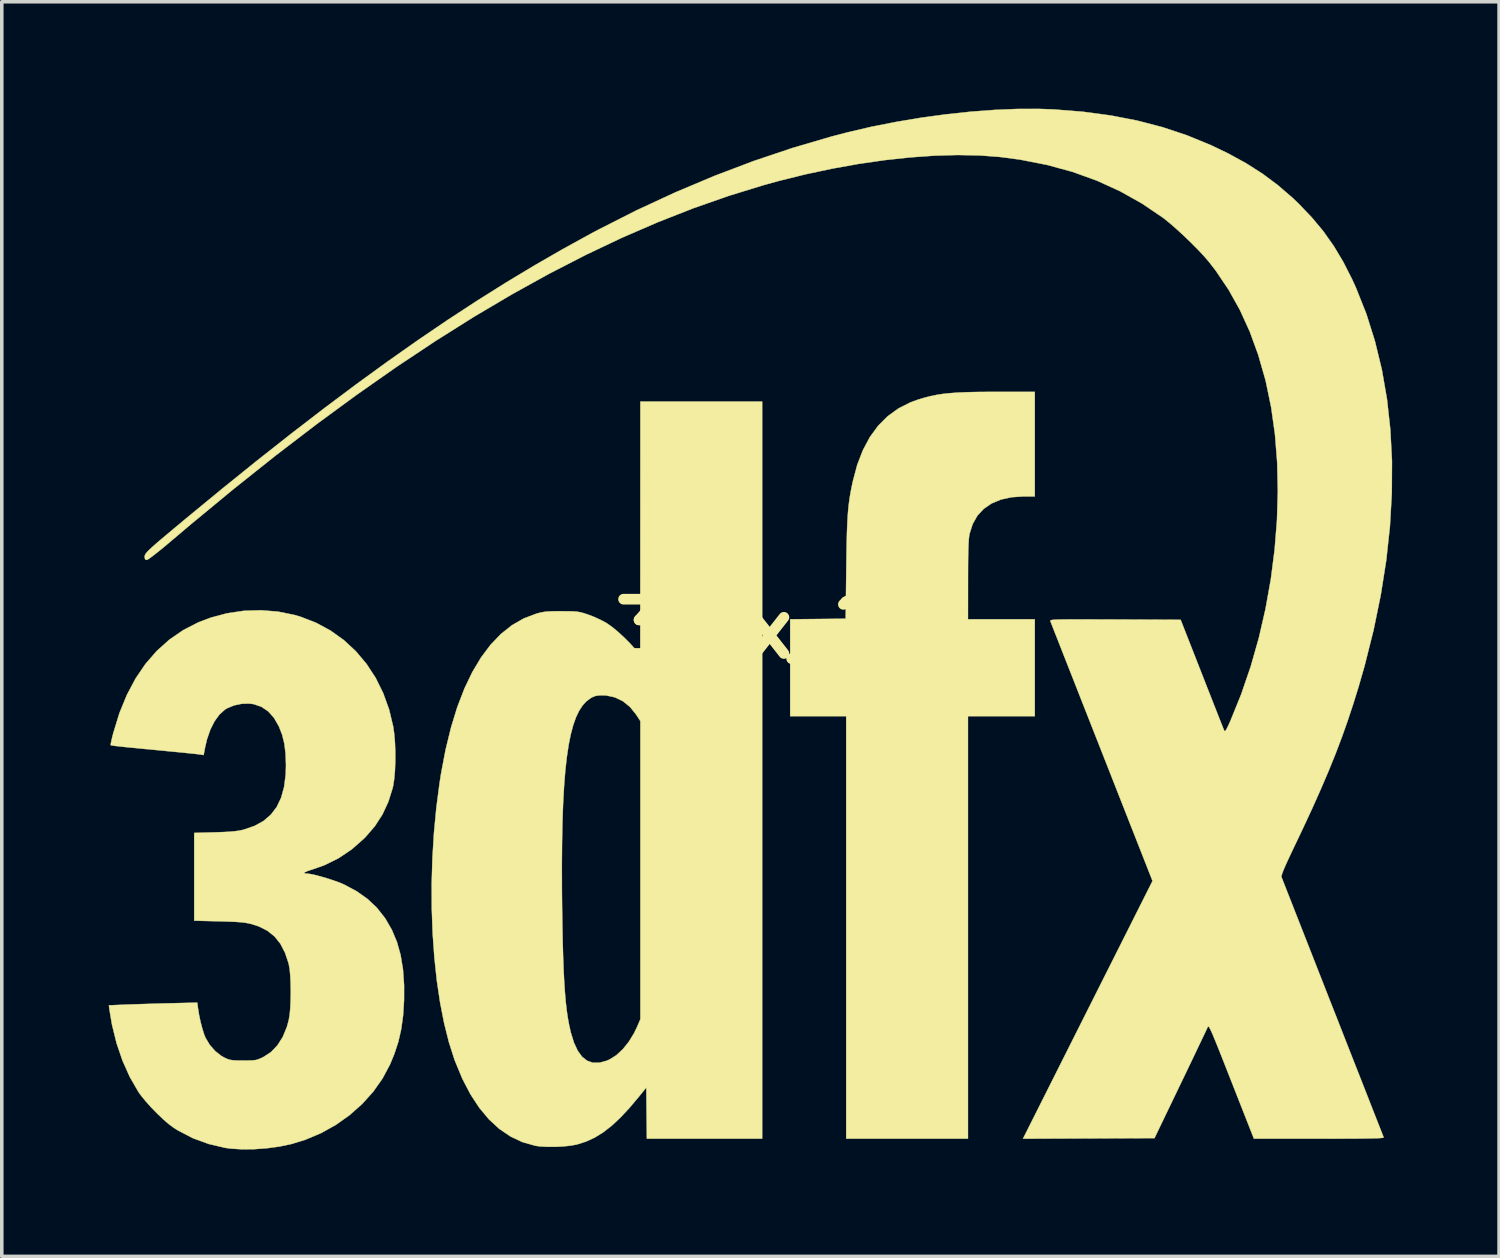
<source format=kicad_pcb>
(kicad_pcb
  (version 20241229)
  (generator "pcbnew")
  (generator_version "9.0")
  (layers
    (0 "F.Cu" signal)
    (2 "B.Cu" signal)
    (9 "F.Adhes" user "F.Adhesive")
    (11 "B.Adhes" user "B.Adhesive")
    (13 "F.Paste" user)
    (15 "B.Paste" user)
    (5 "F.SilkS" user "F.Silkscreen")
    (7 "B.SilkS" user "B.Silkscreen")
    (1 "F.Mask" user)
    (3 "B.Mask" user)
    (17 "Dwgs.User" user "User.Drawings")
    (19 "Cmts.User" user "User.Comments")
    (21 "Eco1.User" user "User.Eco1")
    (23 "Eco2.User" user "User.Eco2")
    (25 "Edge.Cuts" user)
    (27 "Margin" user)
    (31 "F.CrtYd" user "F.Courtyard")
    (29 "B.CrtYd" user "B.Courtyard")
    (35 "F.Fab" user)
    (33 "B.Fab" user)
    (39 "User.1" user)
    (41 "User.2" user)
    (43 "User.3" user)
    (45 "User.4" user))
  (footprint "3dfx_2"
    (layer "F.Cu")
    (at 18.002 14.597)
    (property "Reference" "3dfx_2" (at 0 0 0) (layer "F.SilkS") (effects (font (size 1.524 1.524) (thickness 0.3))))
    (attr through_hole)
    (fp_poly (pts (xy 7.983 -3.719) (xy 7.673 -3.719) (xy 7.332 -3.696) (xy 7.031 -3.63) (xy 6.769 -3.521) (xy 6.55 -3.37) (xy 6.373 -3.179) (xy 6.241 -2.947) (xy 6.154 -2.676) (xy 6.152 -2.665) (xy 6.139 -2.59) (xy 6.129 -2.488) (xy 6.122 -2.355) (xy 6.116 -2.185) (xy 6.112 -1.971) (xy 6.11 -1.709) (xy 6.109 -1.392) (xy 6.109 -1.368) (xy 6.108 -0.272) (xy 7.983 -0.272) (xy 7.983 2.449) (xy 6.108 2.449) (xy 6.108 14.303) (xy 2.691 14.303) (xy 2.691 2.449) (xy 1.119 2.449) (xy 1.119 -0.271) (xy 2.676 -0.287) (xy 2.694 -1.708) (xy 2.699 -2.087) (xy 2.705 -2.413) (xy 2.712 -2.693) (xy 2.721 -2.934) (xy 2.732 -3.144) (xy 2.746 -3.329) (xy 2.764 -3.498) (xy 2.785 -3.657) (xy 2.811 -3.814) (xy 2.842 -3.976) (xy 2.877 -4.14) (xy 3 -4.603) (xy 3.16 -5.017) (xy 3.355 -5.383) (xy 3.587 -5.7) (xy 3.855 -5.968) (xy 4.158 -6.188) (xy 4.498 -6.359) (xy 4.713 -6.437) (xy 4.885 -6.488) (xy 5.052 -6.531) (xy 5.221 -6.566) (xy 5.399 -6.594) (xy 5.594 -6.615) (xy 5.814 -6.631) (xy 6.066 -6.642) (xy 6.357 -6.649) (xy 6.697 -6.652) (xy 6.973 -6.652) (xy 7.983 -6.652) (xy 7.983 -3.719)) (stroke (width 0.01) (type solid)) (fill yes) (layer "F.SilkS"))
    (fp_poly (pts (xy 0.333 14.303) (xy -2.902 14.303) (xy -2.91 13.585) (xy -2.918 12.868) (xy -3.113 13.109) (xy -3.389 13.438) (xy -3.647 13.714) (xy -3.893 13.943) (xy -4.132 14.128) (xy -4.369 14.274) (xy -4.609 14.384) (xy -4.857 14.463) (xy -4.878 14.468) (xy -5.049 14.499) (xy -5.257 14.52) (xy -5.481 14.531) (xy -5.702 14.531) (xy -5.9 14.52) (xy -6.032 14.501) (xy -6.39 14.4) (xy -6.726 14.242) (xy -7.041 14.029) (xy -7.334 13.759) (xy -7.605 13.434) (xy -7.854 13.054) (xy -8.08 12.619) (xy -8.283 12.13) (xy -8.302 12.08) (xy -8.456 11.597) (xy -8.59 11.064) (xy -8.703 10.486) (xy -8.795 9.87) (xy -8.864 9.222) (xy -8.912 8.549) (xy -8.937 7.856) (xy -8.94 7.151) (xy -8.925 6.649) (xy -5.287 6.649) (xy -5.285 7.345) (xy -5.281 7.756) (xy -5.273 8.287) (xy -5.264 8.763) (xy -5.252 9.187) (xy -5.238 9.565) (xy -5.221 9.901) (xy -5.201 10.199) (xy -5.178 10.464) (xy -5.151 10.702) (xy -5.12 10.915) (xy -5.084 11.11) (xy -5.044 11.29) (xy -5.035 11.327) (xy -4.947 11.611) (xy -4.842 11.836) (xy -4.719 12.005) (xy -4.577 12.116) (xy -4.416 12.172) (xy -4.235 12.172) (xy -4.033 12.117) (xy -3.946 12.079) (xy -3.759 11.961) (xy -3.576 11.792) (xy -3.407 11.581) (xy -3.258 11.336) (xy -3.174 11.161) (xy -3.084 10.95) (xy -3.084 2.585) (xy -3.207 2.397) (xy -3.376 2.188) (xy -3.574 2.028) (xy -3.796 1.92) (xy -4.038 1.867) (xy -4.125 1.863) (xy -4.252 1.865) (xy -4.344 1.88) (xy -4.426 1.912) (xy -4.478 1.941) (xy -4.597 2.028) (xy -4.705 2.146) (xy -4.802 2.295) (xy -4.89 2.478) (xy -4.968 2.698) (xy -5.037 2.956) (xy -5.097 3.255) (xy -5.148 3.596) (xy -5.191 3.981) (xy -5.225 4.413) (xy -5.252 4.894) (xy -5.271 5.426) (xy -5.282 6.01) (xy -5.287 6.649) (xy -8.925 6.649) (xy -8.919 6.438) (xy -8.876 5.725) (xy -8.809 5.018) (xy -8.718 4.323) (xy -8.676 4.054) (xy -8.548 3.381) (xy -8.396 2.761) (xy -8.221 2.191) (xy -8.022 1.675) (xy -7.8 1.211) (xy -7.555 0.801) (xy -7.288 0.445) (xy -6.999 0.143) (xy -6.688 -0.104) (xy -6.355 -0.295) (xy -6.001 -0.429) (xy -5.996 -0.43) (xy -5.893 -0.458) (xy -5.794 -0.477) (xy -5.686 -0.489) (xy -5.553 -0.495) (xy -5.381 -0.498) (xy -5.292 -0.497) (xy -5.11 -0.496) (xy -4.974 -0.493) (xy -4.868 -0.485) (xy -4.779 -0.47) (xy -4.69 -0.448) (xy -4.587 -0.415) (xy -4.536 -0.397) (xy -4.378 -0.336) (xy -4.21 -0.259) (xy -4.061 -0.181) (xy -4.023 -0.158) (xy -3.879 -0.057) (xy -3.714 0.08) (xy -3.54 0.239) (xy -3.373 0.406) (xy -3.226 0.57) (xy -3.197 0.605) (xy -3.087 0.741) (xy -3.084 -6.38) (xy 0.333 -6.38) (xy 0.333 14.303)) (stroke (width 0.01) (type solid)) (fill yes) (layer "F.SilkS"))
    (fp_poly (pts (xy -13.254 -0.486) (xy -12.793 -0.393) (xy -12.624 -0.344) (xy -12.184 -0.173) (xy -11.775 0.048) (xy -11.401 0.316) (xy -11.065 0.628) (xy -10.767 0.982) (xy -10.511 1.374) (xy -10.299 1.803) (xy -10.133 2.265) (xy -10.02 2.737) (xy -9.99 2.948) (xy -9.97 3.193) (xy -9.96 3.457) (xy -9.961 3.726) (xy -9.971 3.984) (xy -9.992 4.216) (xy -10.022 4.409) (xy -10.032 4.456) (xy -10.156 4.85) (xy -10.321 5.206) (xy -10.532 5.532) (xy -10.796 5.839) (xy -10.839 5.882) (xy -11.182 6.184) (xy -11.556 6.435) (xy -11.956 6.632) (xy -12.284 6.747) (xy -12.413 6.789) (xy -12.491 6.823) (xy -12.518 6.848) (xy -12.489 6.862) (xy -12.446 6.864) (xy -12.352 6.875) (xy -12.215 6.903) (xy -12.051 6.946) (xy -11.873 6.998) (xy -11.695 7.056) (xy -11.531 7.115) (xy -11.396 7.172) (xy -11.389 7.176) (xy -11.039 7.364) (xy -10.739 7.577) (xy -10.482 7.818) (xy -10.262 8.096) (xy -10.234 8.136) (xy -10.055 8.447) (xy -9.914 8.784) (xy -9.811 9.151) (xy -9.745 9.554) (xy -9.714 9.998) (xy -9.715 10.417) (xy -9.741 10.84) (xy -9.793 11.222) (xy -9.874 11.58) (xy -9.989 11.93) (xy -10.109 12.22) (xy -10.32 12.616) (xy -10.583 12.988) (xy -10.893 13.331) (xy -11.243 13.642) (xy -11.63 13.916) (xy -12.047 14.148) (xy -12.489 14.334) (xy -12.875 14.452) (xy -13.204 14.522) (xy -13.555 14.57) (xy -13.912 14.597) (xy -14.257 14.601) (xy -14.574 14.581) (xy -14.726 14.561) (xy -15.195 14.452) (xy -15.638 14.29) (xy -16.058 14.072) (xy -16.177 13.997) (xy -16.314 13.896) (xy -16.473 13.758) (xy -16.643 13.596) (xy -16.813 13.422) (xy -16.969 13.247) (xy -17.101 13.085) (xy -17.17 12.987) (xy -17.409 12.573) (xy -17.614 12.115) (xy -17.782 11.622) (xy -17.91 11.102) (xy -17.978 10.701) (xy -17.997 10.561) (xy -17.548 10.542) (xy -17.388 10.536) (xy -17.181 10.529) (xy -16.945 10.522) (xy -16.694 10.514) (xy -16.443 10.507) (xy -16.308 10.504) (xy -15.517 10.485) (xy -15.498 10.632) (xy -15.468 10.822) (xy -15.426 11.021) (xy -15.376 11.212) (xy -15.325 11.375) (xy -15.285 11.473) (xy -15.167 11.67) (xy -15.014 11.844) (xy -14.841 11.981) (xy -14.762 12.025) (xy -14.684 12.062) (xy -14.614 12.086) (xy -14.537 12.1) (xy -14.438 12.108) (xy -14.3 12.11) (xy -14.226 12.11) (xy -14.07 12.109) (xy -13.958 12.105) (xy -13.874 12.095) (xy -13.803 12.075) (xy -13.727 12.043) (xy -13.661 12.011) (xy -13.45 11.874) (xy -13.269 11.686) (xy -13.119 11.45) (xy -13.003 11.169) (xy -12.951 10.98) (xy -12.925 10.83) (xy -12.907 10.638) (xy -12.897 10.418) (xy -12.893 10.184) (xy -12.897 9.951) (xy -12.907 9.733) (xy -12.925 9.544) (xy -12.951 9.4) (xy -12.953 9.389) (xy -13.054 9.086) (xy -13.184 8.834) (xy -13.348 8.629) (xy -13.549 8.468) (xy -13.79 8.346) (xy -13.986 8.283) (xy -14.079 8.261) (xy -14.177 8.243) (xy -14.29 8.23) (xy -14.429 8.22) (xy -14.604 8.212) (xy -14.826 8.205) (xy -14.915 8.203) (xy -15.603 8.186) (xy -15.603 5.723) (xy -15.021 5.707) (xy -14.789 5.699) (xy -14.606 5.689) (xy -14.46 5.676) (xy -14.339 5.659) (xy -14.231 5.636) (xy -14.202 5.628) (xy -13.908 5.526) (xy -13.658 5.388) (xy -13.452 5.211) (xy -13.287 4.994) (xy -13.164 4.736) (xy -13.081 4.435) (xy -13.036 4.088) (xy -13.028 3.825) (xy -13.039 3.499) (xy -13.074 3.217) (xy -13.136 2.967) (xy -13.226 2.736) (xy -13.228 2.733) (xy -13.364 2.495) (xy -13.527 2.313) (xy -13.715 2.185) (xy -13.929 2.111) (xy -14.05 2.094) (xy -14.265 2.099) (xy -14.481 2.144) (xy -14.674 2.223) (xy -14.741 2.263) (xy -14.895 2.402) (xy -15.033 2.592) (xy -15.15 2.825) (xy -15.244 3.095) (xy -15.3 3.334) (xy -15.338 3.539) (xy -15.433 3.523) (xy -15.488 3.516) (xy -15.594 3.504) (xy -15.742 3.489) (xy -15.923 3.47) (xy -16.128 3.45) (xy -16.329 3.431) (xy -16.69 3.396) (xy -16.995 3.367) (xy -17.248 3.342) (xy -17.455 3.322) (xy -17.618 3.305) (xy -17.744 3.291) (xy -17.835 3.281) (xy -17.896 3.272) (xy -17.931 3.266) (xy -17.946 3.261) (xy -17.946 3.261) (xy -17.944 3.228) (xy -17.929 3.149) (xy -17.903 3.036) (xy -17.872 2.916) (xy -17.701 2.36) (xy -17.493 1.852) (xy -17.249 1.392) (xy -16.969 0.98) (xy -16.653 0.617) (xy -16.301 0.301) (xy -15.914 0.035) (xy -15.491 -0.183) (xy -15.145 -0.315) (xy -14.683 -0.439) (xy -14.208 -0.509) (xy -13.729 -0.524) (xy -13.254 -0.486)) (stroke (width 0.01) (type solid)) (fill yes) (layer "F.SilkS"))
    (fp_poly (pts (xy 8.512 -14.577) (xy 9.335 -14.512) (xy 10.115 -14.407) (xy 10.858 -14.263) (xy 11.569 -14.078) (xy 12.253 -13.85) (xy 12.915 -13.578) (xy 13.404 -13.344) (xy 13.91 -13.067) (xy 14.37 -12.774) (xy 14.797 -12.456) (xy 15.207 -12.103) (xy 15.386 -11.932) (xy 15.753 -11.549) (xy 16.079 -11.158) (xy 16.371 -10.745) (xy 16.637 -10.3) (xy 16.886 -9.811) (xy 16.993 -9.577) (xy 17.285 -8.843) (xy 17.527 -8.075) (xy 17.721 -7.276) (xy 17.865 -6.448) (xy 17.959 -5.592) (xy 18.005 -4.71) (xy 18 -3.803) (xy 17.947 -2.874) (xy 17.844 -1.925) (xy 17.691 -0.956) (xy 17.489 0.03) (xy 17.238 1.03) (xy 17.067 1.625) (xy 16.916 2.111) (xy 16.76 2.582) (xy 16.596 3.045) (xy 16.419 3.511) (xy 16.226 3.987) (xy 16.014 4.483) (xy 15.78 5.008) (xy 15.519 5.57) (xy 15.344 5.938) (xy 15.216 6.206) (xy 15.113 6.425) (xy 15.033 6.599) (xy 14.974 6.734) (xy 14.935 6.833) (xy 14.912 6.903) (xy 14.904 6.947) (xy 14.906 6.966) (xy 14.923 7.008) (xy 14.959 7.101) (xy 15.014 7.241) (xy 15.086 7.425) (xy 15.174 7.648) (xy 15.275 7.906) (xy 15.389 8.196) (xy 15.513 8.512) (xy 15.646 8.851) (xy 15.787 9.21) (xy 15.933 9.583) (xy 16.084 9.967) (xy 16.237 10.358) (xy 16.392 10.751) (xy 16.546 11.143) (xy 16.697 11.529) (xy 16.845 11.906) (xy 16.988 12.27) (xy 17.124 12.615) (xy 17.251 12.939) (xy 17.368 13.237) (xy 17.473 13.506) (xy 17.565 13.74) (xy 17.642 13.936) (xy 17.703 14.09) (xy 17.745 14.198) (xy 17.768 14.256) (xy 17.771 14.265) (xy 17.763 14.273) (xy 17.73 14.28) (xy 17.667 14.286) (xy 17.571 14.291) (xy 17.439 14.294) (xy 17.266 14.297) (xy 17.049 14.3) (xy 16.784 14.301) (xy 16.467 14.302) (xy 16.095 14.303) (xy 15.959 14.303) (xy 14.131 14.303) (xy 13.499 12.696) (xy 13.365 12.355) (xy 13.251 12.066) (xy 13.156 11.826) (xy 13.077 11.63) (xy 13.013 11.474) (xy 12.963 11.354) (xy 12.923 11.266) (xy 12.893 11.207) (xy 12.871 11.171) (xy 12.855 11.156) (xy 12.844 11.157) (xy 12.835 11.169) (xy 12.831 11.176) (xy 12.812 11.22) (xy 12.768 11.312) (xy 12.704 11.448) (xy 12.62 11.623) (xy 12.521 11.831) (xy 12.408 12.068) (xy 12.284 12.327) (xy 12.151 12.603) (xy 12.068 12.776) (xy 11.341 14.287) (xy 9.496 14.295) (xy 7.651 14.303) (xy 9.468 10.687) (xy 11.286 7.071) (xy 9.863 3.452) (xy 9.687 3.005) (xy 9.517 2.573) (xy 9.354 2.159) (xy 9.2 1.767) (xy 9.056 1.4) (xy 8.923 1.062) (xy 8.802 0.756) (xy 8.696 0.485) (xy 8.605 0.253) (xy 8.53 0.064) (xy 8.474 -0.08) (xy 8.437 -0.175) (xy 8.42 -0.218) (xy 8.419 -0.219) (xy 8.418 -0.23) (xy 8.425 -0.24) (xy 8.445 -0.247) (xy 8.482 -0.254) (xy 8.541 -0.259) (xy 8.626 -0.263) (xy 8.742 -0.265) (xy 8.893 -0.267) (xy 9.083 -0.268) (xy 9.317 -0.268) (xy 9.599 -0.267) (xy 9.933 -0.266) (xy 10.237 -0.265) (xy 12.075 -0.257) (xy 12.674 1.27) (xy 12.787 1.56) (xy 12.895 1.833) (xy 12.994 2.086) (xy 13.083 2.312) (xy 13.159 2.506) (xy 13.221 2.662) (xy 13.266 2.776) (xy 13.293 2.842) (xy 13.298 2.855) (xy 13.314 2.87) (xy 13.336 2.853) (xy 13.37 2.797) (xy 13.419 2.696) (xy 13.47 2.583) (xy 13.774 1.833) (xy 14.041 1.053) (xy 14.269 0.252) (xy 14.457 -0.566) (xy 14.605 -1.393) (xy 14.712 -2.225) (xy 14.778 -3.054) (xy 14.802 -3.874) (xy 14.783 -4.68) (xy 14.721 -5.465) (xy 14.614 -6.222) (xy 14.464 -6.946) (xy 14.45 -7) (xy 14.251 -7.694) (xy 14.014 -8.344) (xy 13.737 -8.951) (xy 13.419 -9.52) (xy 13.059 -10.054) (xy 12.872 -10.296) (xy 12.738 -10.452) (xy 12.569 -10.633) (xy 12.376 -10.828) (xy 12.172 -11.025) (xy 11.967 -11.213) (xy 11.775 -11.381) (xy 11.608 -11.517) (xy 11.581 -11.537) (xy 10.995 -11.934) (xy 10.377 -12.281) (xy 9.726 -12.578) (xy 9.042 -12.825) (xy 8.323 -13.021) (xy 7.571 -13.168) (xy 7.007 -13.243) (xy 6.437 -13.286) (xy 5.822 -13.298) (xy 5.169 -13.28) (xy 4.484 -13.231) (xy 3.773 -13.154) (xy 3.044 -13.049) (xy 2.301 -12.916) (xy 1.553 -12.757) (xy 0.805 -12.572) (xy 0.378 -12.454) (xy -0.604 -12.152) (xy -1.593 -11.806) (xy -2.591 -11.414) (xy -3.599 -10.978) (xy -4.618 -10.494) (xy -5.649 -9.964) (xy -6.694 -9.385) (xy -7.753 -8.759) (xy -8.829 -8.082) (xy -9.921 -7.356) (xy -11.032 -6.578) (xy -12.163 -5.749) (xy -13.315 -4.868) (xy -14.489 -3.933) (xy -15.686 -2.945) (xy -16.262 -2.458) (xy -16.43 -2.316) (xy -16.585 -2.19) (xy -16.719 -2.083) (xy -16.827 -2.002) (xy -16.901 -1.951) (xy -16.934 -1.935) (xy -16.979 -1.951) (xy -16.993 -2.006) (xy -16.994 -2.023) (xy -16.991 -2.051) (xy -16.982 -2.08) (xy -16.961 -2.115) (xy -16.925 -2.158) (xy -16.87 -2.215) (xy -16.792 -2.287) (xy -16.689 -2.38) (xy -16.555 -2.495) (xy -16.386 -2.637) (xy -16.181 -2.809) (xy -15.933 -3.015) (xy -15.845 -3.089) (xy -14.823 -3.93) (xy -13.836 -4.726) (xy -12.881 -5.479) (xy -11.956 -6.191) (xy -11.057 -6.864) (xy -10.182 -7.5) (xy -9.327 -8.102) (xy -8.491 -8.67) (xy -7.668 -9.208) (xy -6.858 -9.717) (xy -6.057 -10.199) (xy -5.262 -10.657) (xy -4.471 -11.092) (xy -4.264 -11.202) (xy -3.191 -11.746) (xy -2.103 -12.25) (xy -1.006 -12.712) (xy 0.091 -13.128) (xy 1.182 -13.495) (xy 2.259 -13.811) (xy 2.737 -13.936) (xy 3.401 -14.091) (xy 4.087 -14.226) (xy 4.783 -14.343) (xy 5.482 -14.438) (xy 6.171 -14.512) (xy 6.843 -14.563) (xy 7.487 -14.59) (xy 8.094 -14.592) (xy 8.512 -14.577)) (stroke (width 0.01) (type solid)) (fill yes) (layer "F.SilkS")))
  (gr_rect
    (start -3 -3)
    (end 39.012 32.203)
    (stroke (width 0.1) (type default))
    (fill no)
    (layer "Edge.Cuts")))
</source>
